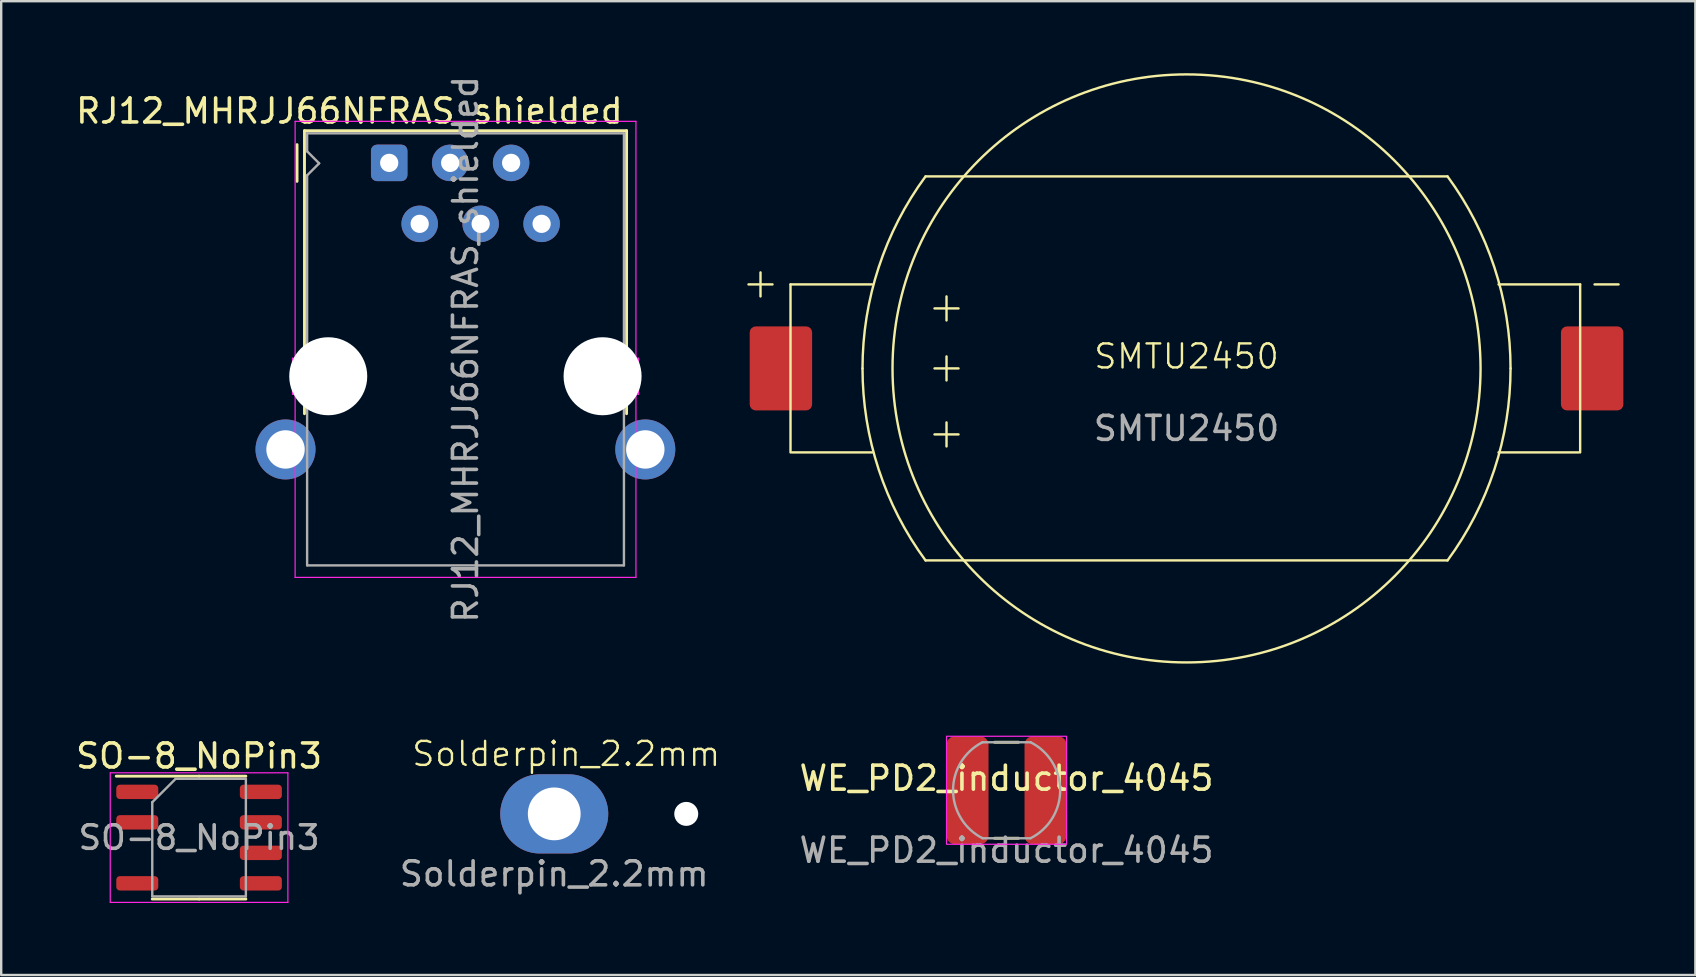
<source format=kicad_pcb>
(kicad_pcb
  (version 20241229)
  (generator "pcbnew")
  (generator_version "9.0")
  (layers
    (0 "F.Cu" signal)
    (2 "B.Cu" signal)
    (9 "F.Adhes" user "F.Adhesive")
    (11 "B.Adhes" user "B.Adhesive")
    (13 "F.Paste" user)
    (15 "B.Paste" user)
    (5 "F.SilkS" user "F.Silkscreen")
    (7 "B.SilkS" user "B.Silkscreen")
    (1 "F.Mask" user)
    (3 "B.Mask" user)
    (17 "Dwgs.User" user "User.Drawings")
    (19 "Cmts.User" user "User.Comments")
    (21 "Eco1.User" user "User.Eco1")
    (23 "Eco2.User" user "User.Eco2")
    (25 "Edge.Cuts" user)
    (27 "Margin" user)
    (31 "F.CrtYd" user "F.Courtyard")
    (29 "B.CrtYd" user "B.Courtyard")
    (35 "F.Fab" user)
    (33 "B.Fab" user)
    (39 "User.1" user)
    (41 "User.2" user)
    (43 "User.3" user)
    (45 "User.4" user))
  (footprint "RJ12_MHRJJ66NFRAS_shielded"
    (layer "F.Cu")
    (at 16.341 3.736)
    (property "Reference" "RJ12_MHRJJ66NFRAS_shielded" (at -4.835 -2.16 0) (layer "F.SilkS") (effects (font (size 1 1) (thickness 0.15))))
    (attr through_hole)
    (fp_line (start -7.015 0.77) (end -7.015 -0.76) (stroke (width 0.12) (type solid)) (layer "F.SilkS"))
    (fp_line (start -6.705 -1.34) (end 6.715 -1.34) (stroke (width 0.12) (type solid)) (layer "F.SilkS"))
    (fp_line (start -6.705 7.79) (end -6.705 -1.34) (stroke (width 0.12) (type solid)) (layer "F.SilkS"))
    (fp_line (start -6.705 10.45) (end -6.705 9.99) (stroke (width 0.12) (type solid)) (layer "F.SilkS"))
    (fp_line (start 6.715 -1.34) (end 6.715 7.79) (stroke (width 0.12) (type solid)) (layer "F.SilkS"))
    (fp_line (start 6.715 10.45) (end 6.715 9.99) (stroke (width 0.12) (type solid)) (layer "F.SilkS"))
    (fp_line (start -7.205 8.14) (end -7.205 9.64) (stroke (width 0.05) (type default)) (layer "F.CrtYd"))
    (fp_line (start -7.205 8.14) (end -7.095 8.14) (stroke (width 0.05) (type default)) (layer "F.CrtYd"))
    (fp_line (start -7.205 9.64) (end -7.095 9.64) (stroke (width 0.05) (type default)) (layer "F.CrtYd"))
    (fp_line (start -7.095 -1.73) (end -7.095 8.14) (stroke (width 0.05) (type solid)) (layer "F.CrtYd"))
    (fp_line (start -7.095 -1.73) (end 7.105 -1.73) (stroke (width 0.05) (type solid)) (layer "F.CrtYd"))
    (fp_line (start -7.095 9.64) (end -7.095 17.27) (stroke (width 0.05) (type solid)) (layer "F.CrtYd"))
    (fp_line (start 7.105 -1.73) (end 7.105 8.14) (stroke (width 0.05) (type solid)) (layer "F.CrtYd"))
    (fp_line (start 7.105 9.64) (end 7.105 17.27) (stroke (width 0.05) (type solid)) (layer "F.CrtYd"))
    (fp_line (start 7.105 17.27) (end -7.095 17.27) (stroke (width 0.05) (type solid)) (layer "F.CrtYd"))
    (fp_line (start 7.215 8.14) (end 7.105 8.14) (stroke (width 0.05) (type default)) (layer "F.CrtYd"))
    (fp_line (start 7.215 8.14) (end 7.215 9.64) (stroke (width 0.05) (type default)) (layer "F.CrtYd"))
    (fp_line (start 7.215 9.64) (end 7.105 9.64) (stroke (width 0.05) (type default)) (layer "F.CrtYd"))
    (fp_line (start -6.595 -1.23) (end 6.605 -1.23) (stroke (width 0.1) (type solid)) (layer "F.Fab"))
    (fp_line (start -6.595 -0.48) (end -6.595 -1.23) (stroke (width 0.1) (type solid)) (layer "F.Fab"))
    (fp_line (start -6.595 0.52) (end -6.095 0.02) (stroke (width 0.1) (type solid)) (layer "F.Fab"))
    (fp_line (start -6.595 16.77) (end -6.595 0.52) (stroke (width 0.1) (type solid)) (layer "F.Fab"))
    (fp_line (start -6.095 0.02) (end -6.595 -0.48) (stroke (width 0.1) (type solid)) (layer "F.Fab"))
    (fp_line (start 6.605 -1.23) (end 6.605 16.77) (stroke (width 0.1) (type solid)) (layer "F.Fab"))
    (fp_line (start 6.605 16.77) (end -6.595 16.77) (stroke (width 0.1) (type solid)) (layer "F.Fab"))
    (fp_text user "${REFERENCE}" (at 0.005 7.77 90) (layer "F.Fab") (effects (font (size 1 1) (thickness 0.15))))
    (pad "" np_thru_hole circle (at -5.715 8.89) (size 3.25 3.25) (drill 3.25) (layers "*.Cu" "*.Mask"))
    (pad "" np_thru_hole circle (at 5.715 8.89) (size 3.25 3.25) (drill 3.25) (layers "*.Cu" "*.Mask"))
    (pad "1" thru_hole roundrect (at -3.175 0) (size 1.52 1.52) (drill 0.76) (layers "*.Cu" "*.Mask") (roundrect_rratio 0.164))
    (pad "2" thru_hole circle (at -1.905 2.54) (size 1.52 1.52) (drill 0.76) (layers "*.Cu" "*.Mask"))
    (pad "3" thru_hole circle (at -0.635 0) (size 1.52 1.52) (drill 0.76) (layers "*.Cu" "*.Mask"))
    (pad "4" thru_hole circle (at 0.635 2.54) (size 1.52 1.52) (drill 0.76) (layers "*.Cu" "*.Mask"))
    (pad "5" thru_hole circle (at 1.905 0) (size 1.52 1.52) (drill 0.76) (layers "*.Cu" "*.Mask"))
    (pad "6" thru_hole circle (at 3.175 2.54) (size 1.52 1.52) (drill 0.76) (layers "*.Cu" "*.Mask"))
    (pad "SH" thru_hole circle (at -7.495 11.94) (size 2.5 2.5) (drill 1.6) (layers "*.Cu" "*.Mask"))
    (pad "SH" thru_hole circle (at 7.495 11.94) (size 2.5 2.5) (drill 1.6) (layers "*.Cu" "*.Mask")))
  (footprint "WE_PD2_inductor_4045"
    (layer "F.Cu")
    (at 38.886 29.875)
    (property "Reference" "WE_PD2_inductor_4045" (at 0 -0.5 0) (unlocked yes) (layer "F.SilkS") (effects (font (size 1 1) (thickness 0.15))))
    (attr smd)
    (fp_line (start -0.5 -2) (end 0.5 -2) (stroke (width 0.12) (type default)) (layer "F.SilkS"))
    (fp_line (start -0.5 2) (end 0.5 2) (stroke (width 0.12) (type default)) (layer "F.SilkS"))
    (fp_rect (start -2.5 -2.25) (end 2.5 2.25) (stroke (width 0.05) (type default)) (fill no) (layer "F.CrtYd"))
    (fp_line (start -1 -2) (end 1 -2) (stroke (width 0.1) (type default)) (layer "F.Fab"))
    (fp_line (start -1 2) (end 1 2) (stroke (width 0.1) (type default)) (layer "F.Fab"))
    (fp_arc (start -1 2) (mid -2.227507 0) (end -1 -2) (stroke (width 0.1) (type default)) (layer "F.Fab"))
    (fp_arc (start 1 -1.999999) (mid 2.236067 0) (end 1 1.999999) (stroke (width 0.1) (type default)) (layer "F.Fab"))
    (fp_text user "${REFERENCE}" (at 0 2.5 0) (unlocked yes) (layer "F.Fab") (effects (font (size 1 1) (thickness 0.15))))
    (pad "1" smd roundrect (at 1.625 0) (size 1.75 4.5) (layers "F.Cu" "F.Mask" "F.Paste") (roundrect_rratio 0.2))
    (pad "2" smd roundrect (at -1.625 0) (size 1.75 4.5) (layers "F.Cu" "F.Mask" "F.Paste") (roundrect_rratio 0.2)))
  (footprint "SO-8_NoPin3"
    (layer "F.Cu")
    (at 5.244 31.848)
    (property "Reference" "SO-8_NoPin3" (at 0 -3.4 0) (layer "F.SilkS") (effects (font (size 1 1) (thickness 0.15))))
    (attr smd)
    (fp_line (start 0 -2.56) (end -3.45 -2.56) (stroke (width 0.12) (type solid)) (layer "F.SilkS"))
    (fp_line (start 0 -2.56) (end 1.95 -2.56) (stroke (width 0.12) (type solid)) (layer "F.SilkS"))
    (fp_line (start 0 2.56) (end -1.95 2.56) (stroke (width 0.12) (type solid)) (layer "F.SilkS"))
    (fp_line (start 0 2.56) (end 1.95 2.56) (stroke (width 0.12) (type solid)) (layer "F.SilkS"))
    (fp_line (start -3.7 -2.7) (end -3.7 2.7) (stroke (width 0.05) (type solid)) (layer "F.CrtYd"))
    (fp_line (start -3.7 2.7) (end 3.7 2.7) (stroke (width 0.05) (type solid)) (layer "F.CrtYd"))
    (fp_line (start 3.7 -2.7) (end -3.7 -2.7) (stroke (width 0.05) (type solid)) (layer "F.CrtYd"))
    (fp_line (start 3.7 2.7) (end 3.7 -2.7) (stroke (width 0.05) (type solid)) (layer "F.CrtYd"))
    (fp_line (start -1.95 -1.475) (end -0.975 -2.45) (stroke (width 0.1) (type solid)) (layer "F.Fab"))
    (fp_line (start -1.95 2.45) (end -1.95 -1.475) (stroke (width 0.1) (type solid)) (layer "F.Fab"))
    (fp_line (start -0.975 -2.45) (end 1.95 -2.45) (stroke (width 0.1) (type solid)) (layer "F.Fab"))
    (fp_line (start 1.95 -2.45) (end 1.95 2.45) (stroke (width 0.1) (type solid)) (layer "F.Fab"))
    (fp_line (start 1.95 2.45) (end -1.95 2.45) (stroke (width 0.1) (type solid)) (layer "F.Fab"))
    (fp_text user "${REFERENCE}" (at 0 0 0) (layer "F.Fab") (effects (font (size 0.98 0.98) (thickness 0.15))))
    (pad "1" smd roundrect (at -2.575 -1.905) (size 1.75 0.6) (layers "F.Cu" "F.Mask" "F.Paste") (roundrect_rratio 0.25))
    (pad "2" smd roundrect (at -2.575 -0.635) (size 1.75 0.6) (layers "F.Cu" "F.Mask" "F.Paste") (roundrect_rratio 0.25))
    (pad "4" smd roundrect (at -2.575 1.905) (size 1.75 0.6) (layers "F.Cu" "F.Mask" "F.Paste") (roundrect_rratio 0.25))
    (pad "5" smd roundrect (at 2.575 1.905) (size 1.75 0.6) (layers "F.Cu" "F.Mask" "F.Paste") (roundrect_rratio 0.25))
    (pad "6" smd roundrect (at 2.575 0.635) (size 1.75 0.6) (layers "F.Cu" "F.Mask" "F.Paste") (roundrect_rratio 0.25))
    (pad "7" smd roundrect (at 2.575 -0.635) (size 1.75 0.6) (layers "F.Cu" "F.Mask" "F.Paste") (roundrect_rratio 0.25))
    (pad "8" smd roundrect (at 2.575 -1.905) (size 1.75 0.6) (layers "F.Cu" "F.Mask" "F.Paste") (roundrect_rratio 0.25)))
  (footprint "SMTU2450"
    (layer "F.Cu")
    (at 46.386 12.3)
    (property "Reference" "SMTU2450" (at 0 -0.5 0) (unlocked yes) (layer "F.SilkS") (effects (font (size 1 1) (thickness 0.1))))
    (attr through_hole)
    (fp_line (start -18.25 -3.5) (end -17.25 -3.5) (stroke (width 0.1) (type default)) (layer "F.SilkS"))
    (fp_line (start -17.75 -4) (end -17.75 -3) (stroke (width 0.1) (type default)) (layer "F.SilkS"))
    (fp_line (start -16.5 -3.5) (end -13.1 -3.5) (stroke (width 0.1) (type solid)) (layer "F.SilkS"))
    (fp_line (start -16.5 3.5) (end -16.5 -3.5) (stroke (width 0.1) (type solid)) (layer "F.SilkS"))
    (fp_line (start -16.438 3.5) (end -13.1 3.5) (stroke (width 0.1) (type solid)) (layer "F.SilkS"))
    (fp_line (start -10.87 -8) (end 10.87 -8) (stroke (width 0.1) (type solid)) (layer "F.SilkS"))
    (fp_line (start -10.87 8) (end 10.87 8) (stroke (width 0.1) (type solid)) (layer "F.SilkS"))
    (fp_line (start -10.5 -2.5) (end -9.5 -2.5) (stroke (width 0.1) (type default)) (layer "F.SilkS"))
    (fp_line (start -10.5 0) (end -9.5 0) (stroke (width 0.1) (type default)) (layer "F.SilkS"))
    (fp_line (start -10.5 2.75) (end -9.5 2.75) (stroke (width 0.1) (type default)) (layer "F.SilkS"))
    (fp_line (start -10 -3) (end -10 -2) (stroke (width 0.1) (type default)) (layer "F.SilkS"))
    (fp_line (start -10 -0.5) (end -10 0.5) (stroke (width 0.1) (type default)) (layer "F.SilkS"))
    (fp_line (start -10 2.25) (end -10 3.25) (stroke (width 0.1) (type default)) (layer "F.SilkS"))
    (fp_line (start 16.337 3.5) (end 13 3.5) (stroke (width 0.1) (type solid)) (layer "F.SilkS"))
    (fp_line (start 16.4 -3.5) (end 13 -3.5) (stroke (width 0.1) (type solid)) (layer "F.SilkS"))
    (fp_line (start 16.4 3.5) (end 16.4 -3.5) (stroke (width 0.1) (type solid)) (layer "F.SilkS"))
    (fp_line (start 17 -3.5) (end 18 -3.5) (stroke (width 0.1) (type default)) (layer "F.SilkS"))
    (fp_arc (start -13.5 0) (mid -12.826784 -4.209941) (end -10.874281 -8) (stroke (width 0.1) (type default)) (layer "F.SilkS"))
    (fp_arc (start -10.874281 8) (mid -12.826784 4.209941) (end -13.5 0) (stroke (width 0.1) (type solid)) (layer "F.SilkS"))
    (fp_arc (start 10.874281 -8) (mid 12.826784 -4.209941) (end 13.5 0) (stroke (width 0.1) (type default)) (layer "F.SilkS"))
    (fp_arc (start 13.5 0) (mid 12.826784 4.209941) (end 10.874281 8) (stroke (width 0.1) (type solid)) (layer "F.SilkS"))
    (fp_circle (center 0 0) (end 12.25 0) (stroke (width 0.1) (type solid)) (fill no) (layer "F.SilkS"))
    (fp_text user "${REFERENCE}" (at 0 2.5 0) (unlocked yes) (layer "F.Fab") (effects (font (size 1 1) (thickness 0.15))))
    (pad "1" smd roundrect (at -16.9 0) (size 2.6 3.5) (layers "F.Cu" "F.Mask" "F.Paste") (roundrect_rratio 0.096))
    (pad "2" smd roundrect (at 16.9 0) (size 2.6 3.5) (layers "F.Cu" "F.Mask" "F.Paste") (roundrect_rratio 0.096)))
  (footprint "Solderpin_2.2mm"
    (layer "F.Cu")
    (at 20.042 30.86)
    (property "Reference" "Solderpin_2.2mm" (at 0.5 -2.5 0) (unlocked yes) (layer "F.SilkS") (effects (font (size 1 1) (thickness 0.1))))
    (attr through_hole)
    (fp_text user "${REFERENCE}" (at 0 2.5 0) (unlocked yes) (layer "F.Fab") (effects (font (size 1 1) (thickness 0.15))))
    (pad "" np_thru_hole circle (at 5.5 0) (size 1 1) (drill 3.2) (layers "*.Cu" "*.Mask"))
    (pad "1" thru_hole oval (at 0 0) (size 4.5 3.3) (drill 2.2) (layers "*.Cu" "*.Mask")))
  (gr_rect
    (start -3 -3)
    (end 67.586 37.573)
    (stroke (width 0.1) (type default))
    (fill no)
    (layer "Edge.Cuts")))
</source>
